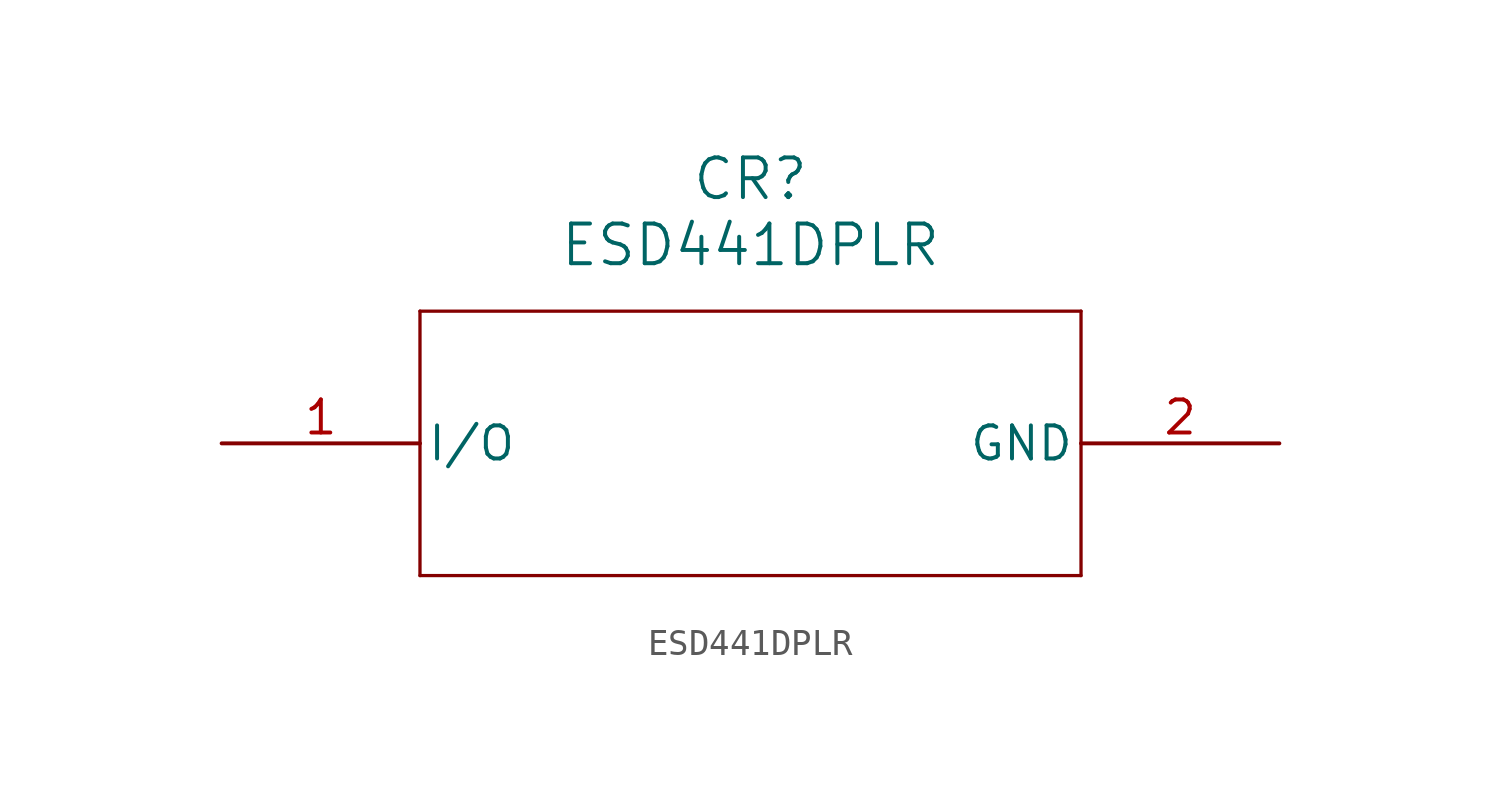
<source format=kicad_sym>
(kicad_symbol_lib
  (version 20211014)
  (generator kicad_symbol_editor)
  (symbol "ESD441DPLR"
    (pin_names
      (offset 0.254))
    (property "Reference" "CR"
      (at 20.32 10.16 0)
      (effects (font (size 1.524 1.524))))
    (property "Value" "ESD441DPLR"
      (at 20.32 7.62 0)
      (effects (font (size 1.524 1.524))))
    (symbol "ESD441DPLR_0_1"
      (polyline (pts (xy 7.62 5.08) (xy 7.62 -5.08)) (stroke (width 0.127) (type default) (color 0 0 0 0)) (fill (type none)))
      (polyline (pts (xy 7.62 -5.08) (xy 33.02 -5.08)) (stroke (width 0.127) (type default) (color 0 0 0 0)) (fill (type none)))
      (polyline (pts (xy 33.02 -5.08) (xy 33.02 5.08)) (stroke (width 0.127) (type default) (color 0 0 0 0)) (fill (type none)))
      (polyline (pts (xy 33.02 5.08) (xy 7.62 5.08)) (stroke (width 0.127) (type default) (color 0 0 0 0)) (fill (type none)))
      (pin bidirectional line (at 0 0 0) (length 7.62) (name "I/O" (effects (font (size 1.27 1.27)))) (number "1" (effects (font (size 1.27 1.27)))))
      (pin power_out line (at 40.64 0 180) (length 7.62) (name "GND" (effects (font (size 1.27 1.27)))) (number "2" (effects (font (size 1.27 1.27))))))))
</source>
